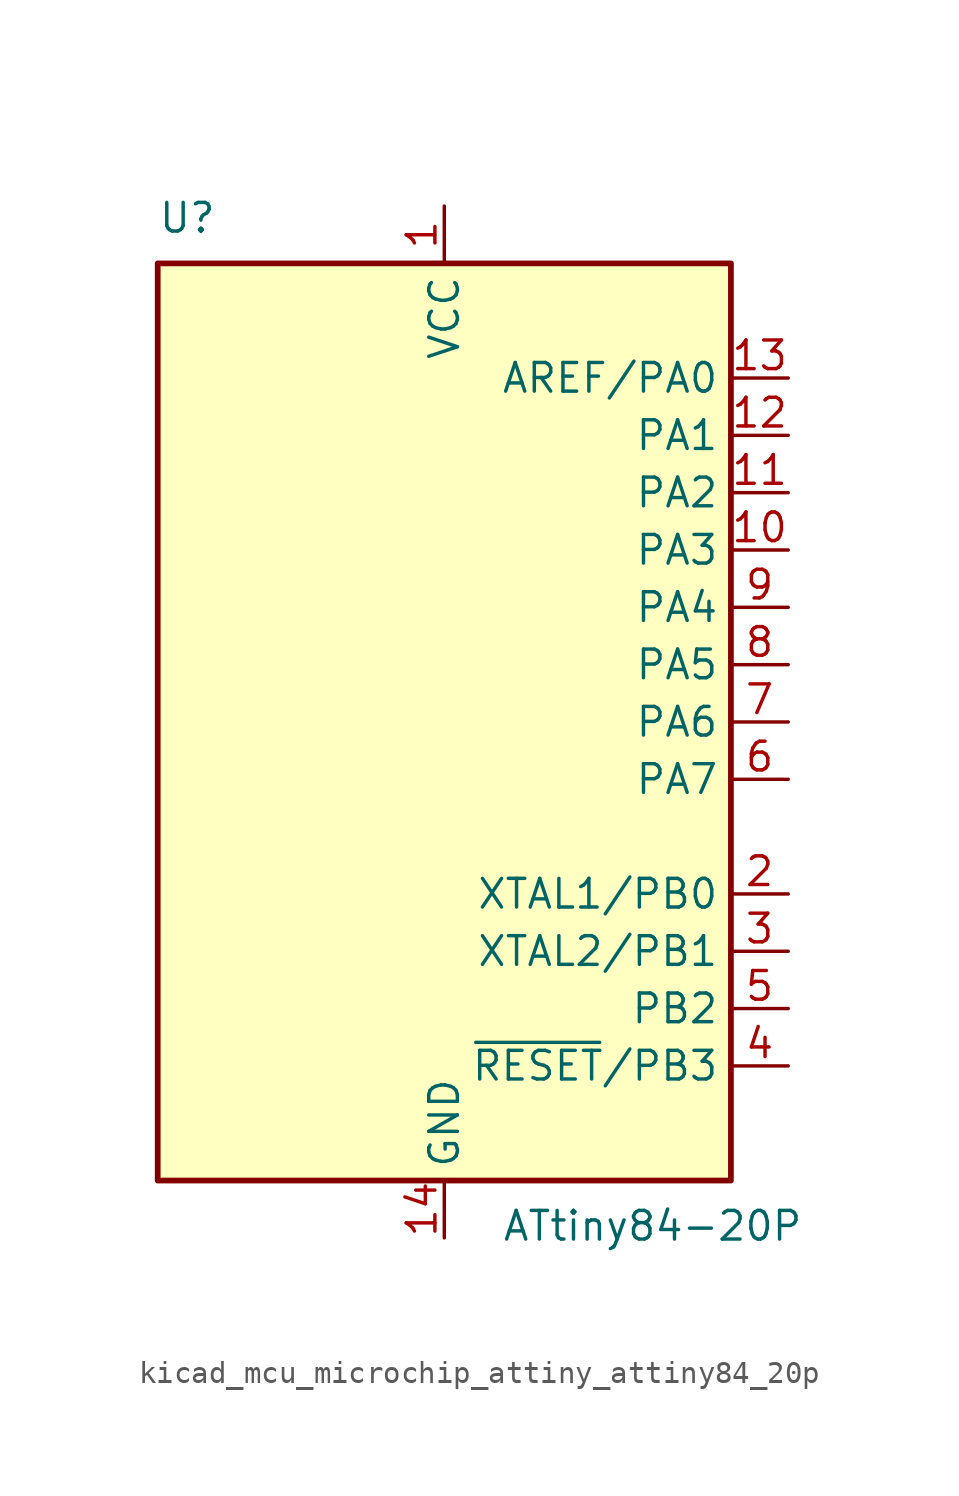
<source format=kicad_sym>
(kicad_symbol_lib
  (version 20220914)
  (generator kicad_symbol_editor)
  (symbol "kicad_mcu_microchip_attiny_attiny84_20p"
    (property "Reference" "U"
      (at -12.7 21.59 0)
      (effects (font (size 1.27 1.27)) (justify left bottom)))
    (property "Value" "ATtiny84-20P"
      (at 2.54 -21.59 0)
      (effects (font (size 1.27 1.27)) (justify left top)))
    (symbol "kicad_mcu_microchip_attiny_attiny84_20p_0_1"
      (rectangle (start -12.7 -20.32) (end 12.7 20.32) (stroke (width 0.254) (type default)) (fill (type background))))
    (symbol "kicad_mcu_microchip_attiny_attiny84_20p_1_1"
      (pin power_in line (at 0 22.86 270) (length 2.54) (name "VCC" (effects (font (size 1.27 1.27)))) (number "1" (effects (font (size 1.27 1.27)))))
      (pin bidirectional line (at 15.24 7.62 180) (length 2.54) (name "PA3" (effects (font (size 1.27 1.27)))) (number "10" (effects (font (size 1.27 1.27)))))
      (pin bidirectional line (at 15.24 10.16 180) (length 2.54) (name "PA2" (effects (font (size 1.27 1.27)))) (number "11" (effects (font (size 1.27 1.27)))))
      (pin bidirectional line (at 15.24 12.7 180) (length 2.54) (name "PA1" (effects (font (size 1.27 1.27)))) (number "12" (effects (font (size 1.27 1.27)))))
      (pin bidirectional line (at 15.24 15.24 180) (length 2.54) (name "AREF/PA0" (effects (font (size 1.27 1.27)))) (number "13" (effects (font (size 1.27 1.27)))))
      (pin power_in line (at 0 -22.86 90) (length 2.54) (name "GND" (effects (font (size 1.27 1.27)))) (number "14" (effects (font (size 1.27 1.27)))))
      (pin bidirectional line (at 15.24 -7.62 180) (length 2.54) (name "XTAL1/PB0" (effects (font (size 1.27 1.27)))) (number "2" (effects (font (size 1.27 1.27)))))
      (pin bidirectional line (at 15.24 -10.16 180) (length 2.54) (name "XTAL2/PB1" (effects (font (size 1.27 1.27)))) (number "3" (effects (font (size 1.27 1.27)))))
      (pin bidirectional line (at 15.24 -15.24 180) (length 2.54) (name "~{RESET}/PB3" (effects (font (size 1.27 1.27)))) (number "4" (effects (font (size 1.27 1.27)))))
      (pin bidirectional line (at 15.24 -12.7 180) (length 2.54) (name "PB2" (effects (font (size 1.27 1.27)))) (number "5" (effects (font (size 1.27 1.27)))))
      (pin bidirectional line (at 15.24 -2.54 180) (length 2.54) (name "PA7" (effects (font (size 1.27 1.27)))) (number "6" (effects (font (size 1.27 1.27)))))
      (pin bidirectional line (at 15.24 0 180) (length 2.54) (name "PA6" (effects (font (size 1.27 1.27)))) (number "7" (effects (font (size 1.27 1.27)))))
      (pin bidirectional line (at 15.24 2.54 180) (length 2.54) (name "PA5" (effects (font (size 1.27 1.27)))) (number "8" (effects (font (size 1.27 1.27)))))
      (pin bidirectional line (at 15.24 5.08 180) (length 2.54) (name "PA4" (effects (font (size 1.27 1.27)))) (number "9" (effects (font (size 1.27 1.27))))))))
</source>
